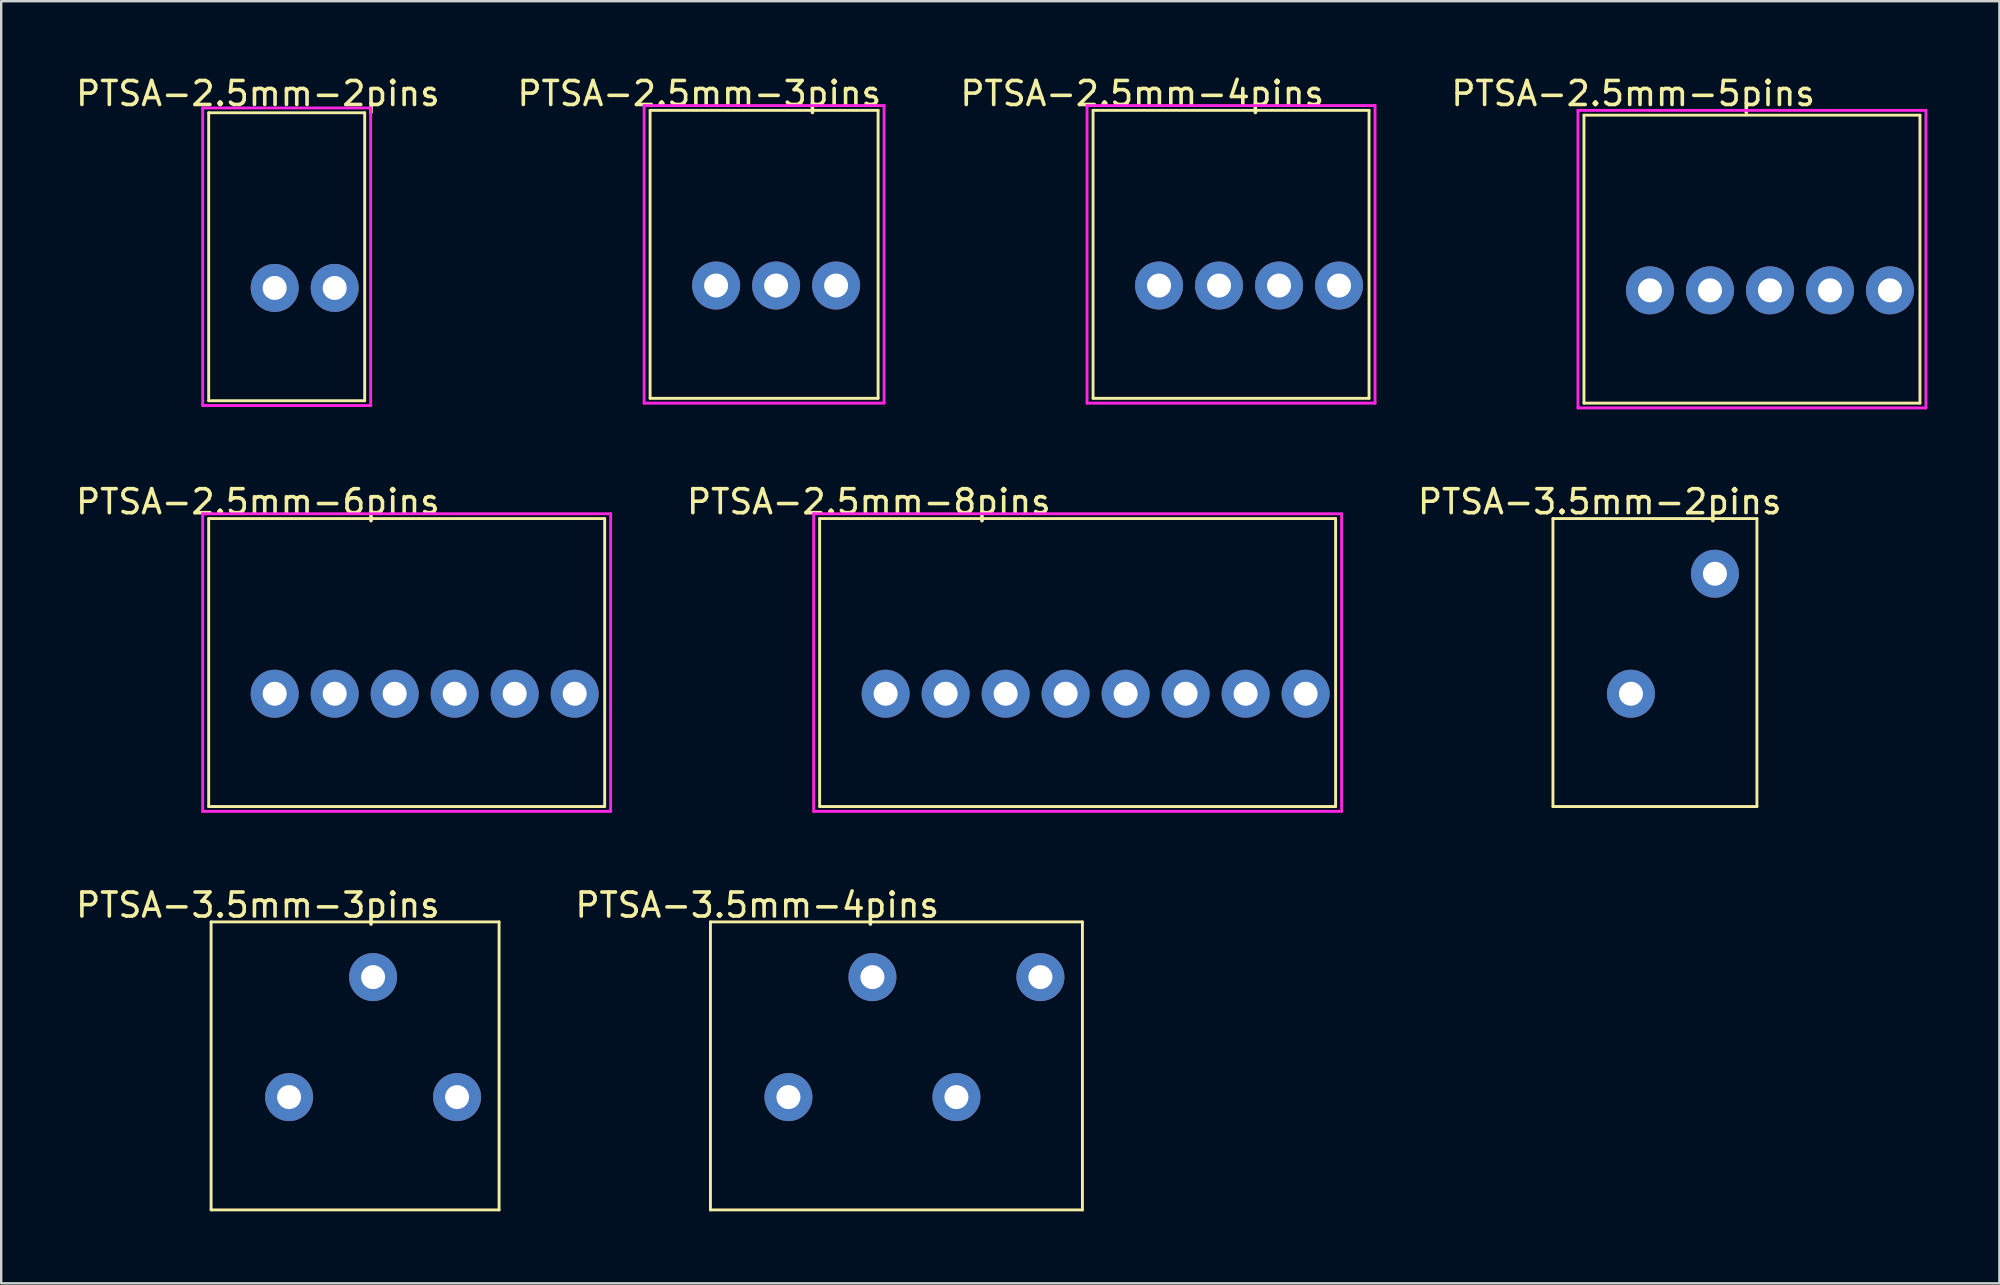
<source format=kicad_pcb>
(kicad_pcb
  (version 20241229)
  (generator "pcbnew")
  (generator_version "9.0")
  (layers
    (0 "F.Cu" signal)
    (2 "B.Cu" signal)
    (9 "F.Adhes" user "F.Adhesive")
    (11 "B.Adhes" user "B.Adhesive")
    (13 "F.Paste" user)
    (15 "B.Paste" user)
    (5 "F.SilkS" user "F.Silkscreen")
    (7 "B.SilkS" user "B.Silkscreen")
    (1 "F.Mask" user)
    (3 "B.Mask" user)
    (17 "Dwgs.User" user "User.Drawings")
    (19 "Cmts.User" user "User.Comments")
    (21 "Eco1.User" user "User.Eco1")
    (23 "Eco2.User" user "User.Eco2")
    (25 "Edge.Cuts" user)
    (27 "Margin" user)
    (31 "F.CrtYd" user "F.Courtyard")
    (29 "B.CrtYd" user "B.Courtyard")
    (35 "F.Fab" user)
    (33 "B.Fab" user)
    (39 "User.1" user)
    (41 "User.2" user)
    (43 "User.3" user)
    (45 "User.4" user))
  (footprint "PTSA-2.5mm-4pins"
    (layer "F.Cu")
    (at 45.246 8.848)
    (property "Reference" "PTSA-2.5mm-4pins" (at -0.7 -8 0) (layer "F.SilkS") (effects (font (size 1 1) (thickness 0.15))))
    (attr through_hole)
    (fp_line (start -2.75 -7.3) (end 8.75 -7.3) (stroke (width 0.12) (type solid)) (layer "F.SilkS"))
    (fp_line (start -2.75 4.7) (end -2.75 -7.3) (stroke (width 0.12) (type solid)) (layer "F.SilkS"))
    (fp_line (start 8.75 -7.3) (end 8.75 4.7) (stroke (width 0.12) (type solid)) (layer "F.SilkS"))
    (fp_line (start 8.75 4.7) (end -2.75 4.7) (stroke (width 0.12) (type solid)) (layer "F.SilkS"))
    (fp_line (start -3 -7.5) (end 9 -7.5) (stroke (width 0.12) (type solid)) (layer "F.CrtYd"))
    (fp_line (start -3 4.9) (end -3 -7.5) (stroke (width 0.12) (type solid)) (layer "F.CrtYd"))
    (fp_line (start 9 -7.5) (end 9 4.9) (stroke (width 0.12) (type solid)) (layer "F.CrtYd"))
    (fp_line (start 9 4.9) (end -3 4.9) (stroke (width 0.12) (type solid)) (layer "F.CrtYd"))
    (pad "1" thru_hole circle (at 0 0) (size 2 2) (drill 1) (layers "*.Cu" "*.Mask"))
    (pad "2" thru_hole circle (at 2.5 0) (size 2 2) (drill 1) (layers "*.Cu" "*.Mask"))
    (pad "3" thru_hole circle (at 5 0) (size 2 2) (drill 1) (layers "*.Cu" "*.Mask"))
    (pad "4" thru_hole circle (at 7.5 0) (size 2 2) (drill 1) (layers "*.Cu" "*.Mask")))
  (footprint "PTSA-2.5mm-6pins"
    (layer "F.Cu")
    (at 8.396 25.857)
    (property "Reference" "PTSA-2.5mm-6pins" (at -0.7 -8 0) (layer "F.SilkS") (effects (font (size 1 1) (thickness 0.15))))
    (attr through_hole)
    (fp_line (start -2.75 -7.3) (end 13.75 -7.3) (stroke (width 0.12) (type solid)) (layer "F.SilkS"))
    (fp_line (start -2.75 4.7) (end -2.75 -7.3) (stroke (width 0.12) (type solid)) (layer "F.SilkS"))
    (fp_line (start 13.75 -7.3) (end 13.75 4.7) (stroke (width 0.12) (type solid)) (layer "F.SilkS"))
    (fp_line (start 13.75 4.7) (end -2.75 4.7) (stroke (width 0.12) (type solid)) (layer "F.SilkS"))
    (fp_line (start -3 -7.5) (end 14 -7.5) (stroke (width 0.12) (type solid)) (layer "F.CrtYd"))
    (fp_line (start -3 4.9) (end -3 -7.5) (stroke (width 0.12) (type solid)) (layer "F.CrtYd"))
    (fp_line (start 14 -7.5) (end 14 4.9) (stroke (width 0.12) (type solid)) (layer "F.CrtYd"))
    (fp_line (start 14 4.9) (end -3 4.9) (stroke (width 0.12) (type solid)) (layer "F.CrtYd"))
    (pad "1" thru_hole circle (at 0 0) (size 2 2) (drill 1) (layers "*.Cu" "*.Mask"))
    (pad "2" thru_hole circle (at 2.5 0) (size 2 2) (drill 1) (layers "*.Cu" "*.Mask"))
    (pad "3" thru_hole circle (at 5 0) (size 2 2) (drill 1) (layers "*.Cu" "*.Mask"))
    (pad "4" thru_hole circle (at 7.5 0) (size 2 2) (drill 1) (layers "*.Cu" "*.Mask"))
    (pad "5" thru_hole circle (at 10 0) (size 2 2) (drill 1) (layers "*.Cu" "*.Mask"))
    (pad "6" thru_hole circle (at 12.5 0) (size 2 2) (drill 1) (layers "*.Cu" "*.Mask")))
  (footprint "PTSA-3.5mm-3pins"
    (layer "F.Cu")
    (at 8.996 42.665)
    (property "Reference" "PTSA-3.5mm-3pins" (at -1.3 -8 0) (layer "F.SilkS") (effects (font (size 1 1) (thickness 0.15))))
    (attr through_hole)
    (fp_line (start -3.25 -7.3) (end -3.25 4.7) (stroke (width 0.12) (type solid)) (layer "F.SilkS"))
    (fp_line (start -3.25 4.7) (end 8.75 4.7) (stroke (width 0.12) (type solid)) (layer "F.SilkS"))
    (fp_line (start 8.75 -7.3) (end -3.25 -7.3) (stroke (width 0.12) (type solid)) (layer "F.SilkS"))
    (fp_line (start 8.75 4.7) (end 8.75 -7.3) (stroke (width 0.12) (type solid)) (layer "F.SilkS"))
    (pad "1" thru_hole circle (at 0 0) (size 2 2) (drill 1) (layers "*.Cu" "*.Mask"))
    (pad "2" thru_hole circle (at 3.5 -5) (size 2 2) (drill 1) (layers "*.Cu" "*.Mask"))
    (pad "3" thru_hole circle (at 7 0) (size 2 2) (drill 1) (layers "*.Cu" "*.Mask")))
  (footprint "PTSA-2.5mm-2pins"
    (layer "F.Cu")
    (at 8.396 8.948)
    (property "Reference" "PTSA-2.5mm-2pins" (at -0.7 -8.1 0) (layer "F.SilkS") (effects (font (size 1 1) (thickness 0.15))))
    (attr through_hole)
    (fp_line (start -2.75 -7.3) (end 3.75 -7.3) (stroke (width 0.12) (type solid)) (layer "F.SilkS"))
    (fp_line (start -2.75 4.7) (end -2.75 -7.3) (stroke (width 0.12) (type solid)) (layer "F.SilkS"))
    (fp_line (start 3.75 -7.3) (end 3.75 4.7) (stroke (width 0.12) (type solid)) (layer "F.SilkS"))
    (fp_line (start 3.75 4.7) (end -2.75 4.7) (stroke (width 0.12) (type solid)) (layer "F.SilkS"))
    (fp_line (start -3 4.9) (end -3 -7.5) (stroke (width 0.12) (type solid)) (layer "F.CrtYd"))
    (fp_line (start -3 4.9) (end 4 4.9) (stroke (width 0.12) (type solid)) (layer "F.CrtYd"))
    (fp_line (start 4 -7.5) (end -3 -7.5) (stroke (width 0.12) (type solid)) (layer "F.CrtYd"))
    (fp_line (start 4 4.9) (end 4 -7.5) (stroke (width 0.12) (type solid)) (layer "F.CrtYd"))
    (pad "1" thru_hole circle (at 0 0) (size 2 2) (drill 1) (layers "*.Cu" "*.Mask"))
    (pad "2" thru_hole circle (at 2.5 0) (size 2 2) (drill 1) (layers "*.Cu" "*.Mask")))
  (footprint "PTSA-2.5mm-3pins"
    (layer "F.Cu")
    (at 26.789 8.848)
    (property "Reference" "PTSA-2.5mm-3pins" (at -0.7 -8 0) (layer "F.SilkS") (effects (font (size 1 1) (thickness 0.15))))
    (attr through_hole)
    (fp_line (start -2.75 -7.3) (end 6.75 -7.3) (stroke (width 0.12) (type solid)) (layer "F.SilkS"))
    (fp_line (start -2.75 4.7) (end -2.75 -7.3) (stroke (width 0.12) (type solid)) (layer "F.SilkS"))
    (fp_line (start 6.75 -7.3) (end 6.75 4.7) (stroke (width 0.12) (type solid)) (layer "F.SilkS"))
    (fp_line (start 6.75 4.7) (end -2.75 4.7) (stroke (width 0.12) (type solid)) (layer "F.SilkS"))
    (fp_line (start -3 -7.5) (end 7 -7.5) (stroke (width 0.12) (type solid)) (layer "F.CrtYd"))
    (fp_line (start -3 4.9) (end -3 -7.5) (stroke (width 0.12) (type solid)) (layer "F.CrtYd"))
    (fp_line (start 7 -7.5) (end 7 4.9) (stroke (width 0.12) (type solid)) (layer "F.CrtYd"))
    (fp_line (start 7 4.9) (end -3 4.9) (stroke (width 0.12) (type solid)) (layer "F.CrtYd"))
    (pad "1" thru_hole circle (at 0 0) (size 2 2) (drill 1) (layers "*.Cu" "*.Mask"))
    (pad "2" thru_hole circle (at 2.5 0) (size 2 2) (drill 1) (layers "*.Cu" "*.Mask"))
    (pad "3" thru_hole circle (at 5 0) (size 2 2) (drill 1) (layers "*.Cu" "*.Mask")))
  (footprint "PTSA-3.5mm-2pins"
    (layer "F.Cu")
    (at 64.909 25.857)
    (property "Reference" "PTSA-3.5mm-2pins" (at -1.3 -8 0) (layer "F.SilkS") (effects (font (size 1 1) (thickness 0.15))))
    (attr through_hole)
    (fp_line (start -3.25 -7.3) (end -3.25 4.7) (stroke (width 0.12) (type solid)) (layer "F.SilkS"))
    (fp_line (start -3.25 4.7) (end 5.25 4.7) (stroke (width 0.12) (type solid)) (layer "F.SilkS"))
    (fp_line (start 5.25 -7.3) (end -3.25 -7.3) (stroke (width 0.12) (type solid)) (layer "F.SilkS"))
    (fp_line (start 5.25 4.7) (end 5.25 -7.3) (stroke (width 0.12) (type solid)) (layer "F.SilkS"))
    (pad "1" thru_hole circle (at 0 0) (size 2 2) (drill 1) (layers "*.Cu" "*.Mask"))
    (pad "2" thru_hole circle (at 3.5 -5) (size 2 2) (drill 1) (layers "*.Cu" "*.Mask")))
  (footprint "PTSA-2.5mm-5pins"
    (layer "F.Cu")
    (at 65.702 9.048)
    (property "Reference" "PTSA-2.5mm-5pins" (at -0.7 -8.2 0) (layer "F.SilkS") (effects (font (size 1 1) (thickness 0.15))))
    (attr through_hole)
    (fp_line (start -2.75 -7.3) (end 11.25 -7.3) (stroke (width 0.12) (type solid)) (layer "F.SilkS"))
    (fp_line (start -2.75 4.7) (end -2.75 -7.3) (stroke (width 0.12) (type solid)) (layer "F.SilkS"))
    (fp_line (start 11.25 -7.3) (end 11.25 4.7) (stroke (width 0.12) (type solid)) (layer "F.SilkS"))
    (fp_line (start 11.25 4.7) (end -2.75 4.7) (stroke (width 0.12) (type solid)) (layer "F.SilkS"))
    (fp_line (start -3 -7.5) (end 11.5 -7.5) (stroke (width 0.12) (type solid)) (layer "F.CrtYd"))
    (fp_line (start -3 4.9) (end -3 -7.5) (stroke (width 0.12) (type solid)) (layer "F.CrtYd"))
    (fp_line (start 11.5 -7.5) (end 11.5 4.9) (stroke (width 0.12) (type solid)) (layer "F.CrtYd"))
    (fp_line (start 11.5 4.9) (end -3 4.9) (stroke (width 0.12) (type solid)) (layer "F.CrtYd"))
    (pad "1" thru_hole circle (at 0 0) (size 2 2) (drill 1) (layers "*.Cu" "*.Mask"))
    (pad "2" thru_hole circle (at 2.5 0) (size 2 2) (drill 1) (layers "*.Cu" "*.Mask"))
    (pad "3" thru_hole circle (at 5 0) (size 2 2) (drill 1) (layers "*.Cu" "*.Mask"))
    (pad "4" thru_hole circle (at 7.5 0) (size 2 2) (drill 1) (layers "*.Cu" "*.Mask"))
    (pad "5" thru_hole circle (at 10 0) (size 2 2) (drill 1) (layers "*.Cu" "*.Mask")))
  (footprint "PTSA-2.5mm-8pins"
    (layer "F.Cu")
    (at 33.853 25.857)
    (property "Reference" "PTSA-2.5mm-8pins" (at -0.7 -8 0) (layer "F.SilkS") (effects (font (size 1 1) (thickness 0.15))))
    (attr through_hole)
    (fp_line (start -2.75 -7.3) (end 18.75 -7.3) (stroke (width 0.12) (type solid)) (layer "F.SilkS"))
    (fp_line (start -2.75 4.7) (end -2.75 -7.3) (stroke (width 0.12) (type solid)) (layer "F.SilkS"))
    (fp_line (start 18.75 -7.3) (end 18.75 4.7) (stroke (width 0.12) (type solid)) (layer "F.SilkS"))
    (fp_line (start 18.75 4.7) (end -2.75 4.7) (stroke (width 0.12) (type solid)) (layer "F.SilkS"))
    (fp_line (start -3 -7.5) (end 19 -7.5) (stroke (width 0.12) (type solid)) (layer "F.CrtYd"))
    (fp_line (start -3 4.9) (end -3 -7.5) (stroke (width 0.12) (type solid)) (layer "F.CrtYd"))
    (fp_line (start 19 4.9) (end -3 4.9) (stroke (width 0.12) (type solid)) (layer "F.CrtYd"))
    (fp_line (start 19 4.9) (end 19 -7.5) (stroke (width 0.12) (type solid)) (layer "F.CrtYd"))
    (pad "1" thru_hole circle (at 0 0) (size 2 2) (drill 1) (layers "*.Cu" "*.Mask"))
    (pad "2" thru_hole circle (at 2.5 0) (size 2 2) (drill 1) (layers "*.Cu" "*.Mask"))
    (pad "3" thru_hole circle (at 5 0) (size 2 2) (drill 1) (layers "*.Cu" "*.Mask"))
    (pad "4" thru_hole circle (at 7.5 0) (size 2 2) (drill 1) (layers "*.Cu" "*.Mask"))
    (pad "5" thru_hole circle (at 10 0) (size 2 2) (drill 1) (layers "*.Cu" "*.Mask"))
    (pad "6" thru_hole circle (at 12.5 0) (size 2 2) (drill 1) (layers "*.Cu" "*.Mask"))
    (pad "7" thru_hole circle (at 15 0) (size 2 2) (drill 1) (layers "*.Cu" "*.Mask"))
    (pad "8" thru_hole circle (at 17.5 0) (size 2 2) (drill 1) (layers "*.Cu" "*.Mask")))
  (footprint "PTSA-3.5mm-4pins"
    (layer "F.Cu")
    (at 29.803 42.665)
    (property "Reference" "PTSA-3.5mm-4pins" (at -1.3 -8 0) (layer "F.SilkS") (effects (font (size 1 1) (thickness 0.15))))
    (attr through_hole)
    (fp_line (start -3.25 -7.3) (end -3.25 4.7) (stroke (width 0.12) (type solid)) (layer "F.SilkS"))
    (fp_line (start -3.25 4.7) (end 12.25 4.7) (stroke (width 0.12) (type solid)) (layer "F.SilkS"))
    (fp_line (start 12.25 -7.3) (end -3.25 -7.3) (stroke (width 0.12) (type solid)) (layer "F.SilkS"))
    (fp_line (start 12.25 4.7) (end 12.25 -7.3) (stroke (width 0.12) (type solid)) (layer "F.SilkS"))
    (pad "1" thru_hole circle (at 0 0) (size 2 2) (drill 1) (layers "*.Cu" "*.Mask"))
    (pad "2" thru_hole circle (at 3.5 -5) (size 2 2) (drill 1) (layers "*.Cu" "*.Mask"))
    (pad "3" thru_hole circle (at 7 0) (size 2 2) (drill 1) (layers "*.Cu" "*.Mask"))
    (pad "4" thru_hole circle (at 10.5 -5) (size 2 2) (drill 1) (layers "*.Cu" "*.Mask")))
  (gr_rect
    (start -3 -3)
    (end 80.262 50.425)
    (stroke (width 0.1) (type default))
    (fill no)
    (layer "Edge.Cuts")))
</source>
